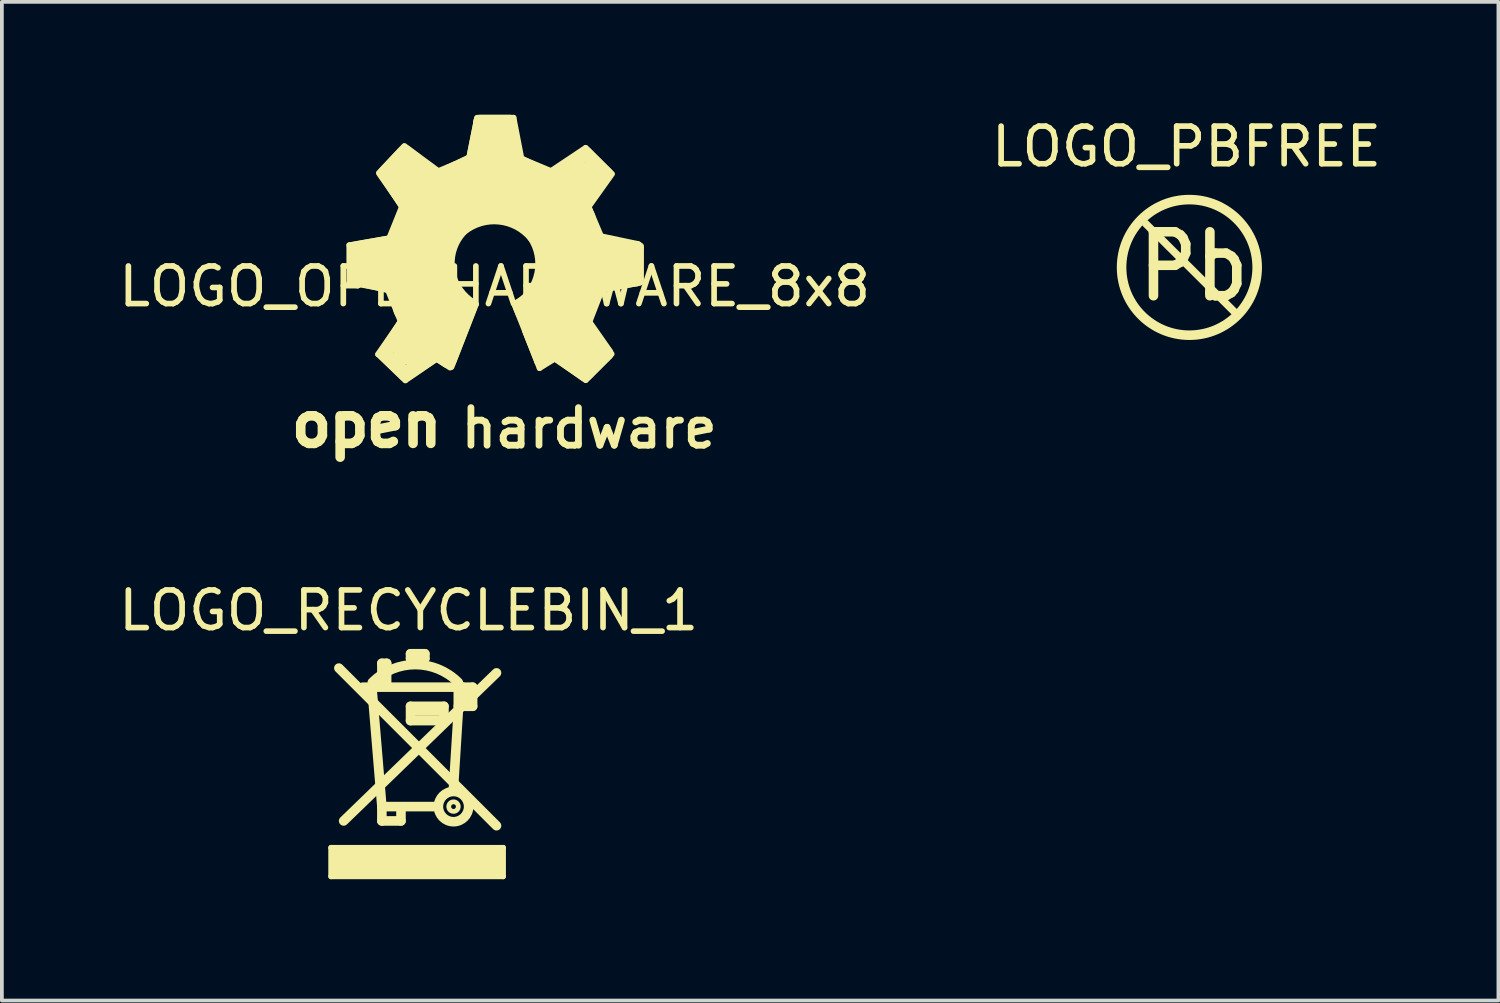
<source format=kicad_pcb>
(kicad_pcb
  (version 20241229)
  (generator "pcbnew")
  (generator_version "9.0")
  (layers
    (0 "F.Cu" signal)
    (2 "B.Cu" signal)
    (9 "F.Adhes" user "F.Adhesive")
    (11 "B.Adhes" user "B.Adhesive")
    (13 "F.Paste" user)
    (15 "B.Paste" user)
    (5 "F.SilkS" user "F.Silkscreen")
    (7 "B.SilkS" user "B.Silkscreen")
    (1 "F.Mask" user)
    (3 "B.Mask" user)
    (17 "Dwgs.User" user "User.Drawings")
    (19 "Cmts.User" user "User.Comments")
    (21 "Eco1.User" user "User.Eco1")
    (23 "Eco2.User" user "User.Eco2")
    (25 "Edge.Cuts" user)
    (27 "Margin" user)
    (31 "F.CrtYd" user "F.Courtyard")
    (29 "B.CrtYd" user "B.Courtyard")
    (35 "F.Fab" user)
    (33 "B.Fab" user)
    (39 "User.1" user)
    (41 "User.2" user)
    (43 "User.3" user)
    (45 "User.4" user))
  (footprint "LOGO_RECYCLEBIN_1"
    (layer "F.Cu")
    (at 5.705 20.299)
    (property "Reference" "LOGO_RECYCLEBIN_1" (at 2.11 -7.12 0) (layer "F.SilkS") (effects (font (size 1 1) (thickness 0.15))))
    (attr through_hole)
    (fp_line (start 0.048 -0.812) (end 4.62 -0.812) (stroke (width 0.15) (type solid)) (layer "F.SilkS"))
    (fp_line (start 0.048 -0.05) (end 0.048 -0.812) (stroke (width 0.15) (type solid)) (layer "F.SilkS"))
    (fp_line (start 0.099 -0.66) (end 4.569 -0.66) (stroke (width 0.15) (type solid)) (layer "F.SilkS"))
    (fp_line (start 0.099 -0.609) (end 4.518 -0.609) (stroke (width 0.15) (type solid)) (layer "F.SilkS"))
    (fp_line (start 0.099 -0.456) (end 4.569 -0.456) (stroke (width 0.15) (type solid)) (layer "F.SilkS"))
    (fp_line (start 0.099 -0.152) (end 4.518 -0.152) (stroke (width 0.15) (type solid)) (layer "F.SilkS"))
    (fp_line (start 0.254 -5.588) (end 4.445 -1.397) (stroke (width 0.254) (type solid)) (layer "F.SilkS"))
    (fp_line (start 0.381 -1.524) (end 4.445 -5.461) (stroke (width 0.254) (type solid)) (layer "F.SilkS"))
    (fp_line (start 0.889 -5.08) (end 3.81 -5.08) (stroke (width 0.254) (type solid)) (layer "F.SilkS"))
    (fp_line (start 1.397 -5.715) (end 1.524 -5.715) (stroke (width 0.254) (type solid)) (layer "F.SilkS"))
    (fp_line (start 1.397 -5.207) (end 1.397 -5.715) (stroke (width 0.254) (type solid)) (layer "F.SilkS"))
    (fp_line (start 1.397 -1.905) (end 1.143 -4.953) (stroke (width 0.254) (type solid)) (layer "F.SilkS"))
    (fp_line (start 1.397 -1.905) (end 1.397 -1.524) (stroke (width 0.254) (type solid)) (layer "F.SilkS"))
    (fp_line (start 1.397 -1.905) (end 2.794 -1.905) (stroke (width 0.254) (type solid)) (layer "F.SilkS"))
    (fp_line (start 1.397 -1.524) (end 1.905 -1.524) (stroke (width 0.254) (type solid)) (layer "F.SilkS"))
    (fp_line (start 1.524 -5.715) (end 1.524 -5.207) (stroke (width 0.254) (type solid)) (layer "F.SilkS"))
    (fp_line (start 1.905 -1.524) (end 1.905 -1.778) (stroke (width 0.254) (type solid)) (layer "F.SilkS"))
    (fp_line (start 2.159 -5.969) (end 2.159 -5.842) (stroke (width 0.254) (type solid)) (layer "F.SilkS"))
    (fp_line (start 2.159 -5.842) (end 2.54 -5.842) (stroke (width 0.254) (type solid)) (layer "F.SilkS"))
    (fp_line (start 2.159 -4.572) (end 3.048 -4.572) (stroke (width 0.254) (type solid)) (layer "F.SilkS"))
    (fp_line (start 2.159 -4.191) (end 2.159 -4.572) (stroke (width 0.254) (type solid)) (layer "F.SilkS"))
    (fp_line (start 2.286 -4.445) (end 2.921 -4.445) (stroke (width 0.254) (type solid)) (layer "F.SilkS"))
    (fp_line (start 2.54 -5.969) (end 2.159 -5.969) (stroke (width 0.254) (type solid)) (layer "F.SilkS"))
    (fp_line (start 2.54 -5.842) (end 2.54 -5.969) (stroke (width 0.254) (type solid)) (layer "F.SilkS"))
    (fp_line (start 3.048 -4.572) (end 3.048 -4.191) (stroke (width 0.254) (type solid)) (layer "F.SilkS"))
    (fp_line (start 3.048 -4.191) (end 2.159 -4.191) (stroke (width 0.254) (type solid)) (layer "F.SilkS"))
    (fp_line (start 3.302 -2.413) (end 3.429 -4.445) (stroke (width 0.254) (type solid)) (layer "F.SilkS"))
    (fp_line (start 3.429 -5.08) (end 3.429 -4.572) (stroke (width 0.254) (type solid)) (layer "F.SilkS"))
    (fp_line (start 3.429 -4.572) (end 3.81 -4.572) (stroke (width 0.254) (type solid)) (layer "F.SilkS"))
    (fp_line (start 3.556 -5.08) (end 3.683 -4.699) (stroke (width 0.254) (type solid)) (layer "F.SilkS"))
    (fp_line (start 3.556 -4.953) (end 3.556 -4.826) (stroke (width 0.254) (type solid)) (layer "F.SilkS"))
    (fp_line (start 3.556 -4.953) (end 3.556 -4.826) (stroke (width 0.254) (type solid)) (layer "F.SilkS"))
    (fp_line (start 3.556 -4.953) (end 3.683 -4.953) (stroke (width 0.254) (type solid)) (layer "F.SilkS"))
    (fp_line (start 3.556 -4.572) (end 3.556 -4.953) (stroke (width 0.254) (type solid)) (layer "F.SilkS"))
    (fp_line (start 3.683 -4.953) (end 3.683 -4.572) (stroke (width 0.254) (type solid)) (layer "F.SilkS"))
    (fp_line (start 3.81 -4.572) (end 3.81 -5.08) (stroke (width 0.254) (type solid)) (layer "F.SilkS"))
    (fp_line (start 4.518 -0.253) (end 0.15 -0.253) (stroke (width 0.15) (type solid)) (layer "F.SilkS"))
    (fp_line (start 4.569 -0.761) (end 0.15 -0.761) (stroke (width 0.15) (type solid)) (layer "F.SilkS"))
    (fp_line (start 4.569 -0.507) (end 0.15 -0.507) (stroke (width 0.15) (type solid)) (layer "F.SilkS"))
    (fp_line (start 4.569 -0.355) (end 0.15 -0.355) (stroke (width 0.15) (type solid)) (layer "F.SilkS"))
    (fp_line (start 4.62 -0.812) (end 4.62 -0.05) (stroke (width 0.15) (type solid)) (layer "F.SilkS"))
    (fp_line (start 4.62 -0.05) (end 0.048 -0.05) (stroke (width 0.15) (type solid)) (layer "F.SilkS"))
    (fp_arc (start 1.143 -5.207) (mid 2.286 -5.680446) (end 3.429 -5.207) (stroke (width 0.254) (type solid)) (layer "F.SilkS"))
    (fp_circle (center 3.302 -1.905) (end 3.429 -1.905) (stroke (width 0.127) (type solid)) (fill no) (layer "F.SilkS"))
    (fp_circle (center 3.302 -1.905) (end 3.683 -2.032) (stroke (width 0.254) (type solid)) (fill no) (layer "F.SilkS")))
  (footprint "LOGO_OPENHARDWARE_8x8"
    (layer "F.Cu")
    (at 10.101 4.066)
    (property "Reference" "LOGO_OPENHARDWARE_8x8" (at 0 0.5 0) (layer "F.SilkS") (effects (font (size 1 1) (thickness 0.15))))
    (attr through_hole)
    (fp_line (start -3.868 -0.599) (end -2.697 -0.803) (stroke (width 0.15) (type solid)) (layer "F.SilkS"))
    (fp_line (start -3.866 -0.597) (end -3.866 0.389) (stroke (width 0.15) (type solid)) (layer "F.SilkS"))
    (fp_line (start -3.866 0.396) (end -2.794 0.592) (stroke (width 0.15) (type solid)) (layer "F.SilkS"))
    (fp_line (start -3.729 -0.505) (end -2.71 -0.686) (stroke (width 0.37) (type solid)) (layer "F.SilkS"))
    (fp_line (start -3.726 0.284) (end -2.776 0.503) (stroke (width 0.37) (type solid)) (layer "F.SilkS"))
    (fp_line (start -3.716 -0.493) (end -3.721 0.295) (stroke (width 0.38) (type solid)) (layer "F.SilkS"))
    (fp_line (start -3.716 -0.353) (end -2.601 -0.599) (stroke (width 0.15) (type solid)) (layer "F.SilkS"))
    (fp_line (start -3.574 -0.409) (end -3.574 0.241) (stroke (width 0.15) (type solid)) (layer "F.SilkS"))
    (fp_line (start -3.259 -0.112) (end -1.841 -0.173) (stroke (width 1) (type solid)) (layer "F.SilkS"))
    (fp_line (start -3.104 2.304) (end -2.507 1.44) (stroke (width 0.15) (type solid)) (layer "F.SilkS"))
    (fp_line (start -3.081 -2.517) (end -2.408 -3.231) (stroke (width 0.15) (type solid)) (layer "F.SilkS"))
    (fp_line (start -3.061 -2.482) (end -2.466 -1.628) (stroke (width 0.15) (type solid)) (layer "F.SilkS"))
    (fp_line (start -2.939 2.286) (end -2.375 2.824) (stroke (width 0.38) (type solid)) (layer "F.SilkS"))
    (fp_line (start -2.924 2.286) (end -2.39 1.453) (stroke (width 0.37) (type solid)) (layer "F.SilkS"))
    (fp_line (start -2.918 -2.512) (end -2.418 -3.045) (stroke (width 0.38) (type solid)) (layer "F.SilkS"))
    (fp_line (start -2.908 -2.489) (end -2.352 -1.638) (stroke (width 0.37) (type solid)) (layer "F.SilkS"))
    (fp_line (start -2.799 -0.798) (end -2.464 -1.631) (stroke (width 0.15) (type solid)) (layer "F.SilkS"))
    (fp_line (start -2.748 0.526) (end -2.39 1.41) (stroke (width 0.37) (type solid)) (layer "F.SilkS"))
    (fp_line (start -2.68 -0.721) (end -2.332 -1.587) (stroke (width 0.37) (type solid)) (layer "F.SilkS"))
    (fp_line (start -2.461 0.376) (end -1.755 0.249) (stroke (width 1) (type solid)) (layer "F.SilkS"))
    (fp_line (start -2.426 -2.969) (end -1.542 -2.248) (stroke (width 0.15) (type solid)) (layer "F.SilkS"))
    (fp_line (start -2.395 -3.233) (end -1.425 -2.517) (stroke (width 0.15) (type solid)) (layer "F.SilkS"))
    (fp_line (start -2.375 3) (end -3.096 2.306) (stroke (width 0.15) (type solid)) (layer "F.SilkS"))
    (fp_line (start -2.37 -3.071) (end -1.542 -2.418) (stroke (width 0.37) (type solid)) (layer "F.SilkS"))
    (fp_line (start -2.362 2.824) (end -1.582 2.294) (stroke (width 0.4) (type solid)) (layer "F.SilkS"))
    (fp_line (start -2.273 -2.398) (end -1.212 -1.29) (stroke (width 1) (type solid)) (layer "F.SilkS"))
    (fp_line (start -2.223 2.093) (end -1.369 1.072) (stroke (width 1) (type solid)) (layer "F.SilkS"))
    (fp_line (start -2.212 1.021) (end -1.648 0.541) (stroke (width 1) (type solid)) (layer "F.SilkS"))
    (fp_line (start -2.187 -1.621) (end -2.573 -0.622) (stroke (width 0.15) (type solid)) (layer "F.SilkS"))
    (fp_line (start -2.182 -1.615) (end -2.784 -2.525) (stroke (width 0.15) (type solid)) (layer "F.SilkS"))
    (fp_line (start -2.136 -0.869) (end -1.694 -0.709) (stroke (width 1) (type solid)) (layer "F.SilkS"))
    (fp_line (start -1.961 -1.349) (end -1.504 -1.059) (stroke (width 1) (type solid)) (layer "F.SilkS"))
    (fp_line (start -1.572 2.276) (end -1.255 2.482) (stroke (width 0.37) (type solid)) (layer "F.SilkS"))
    (fp_line (start -1.547 1.92) (end -1.181 1.158) (stroke (width 1) (type solid)) (layer "F.SilkS"))
    (fp_line (start -1.542 2.428) (end -2.367 2.992) (stroke (width 0.15) (type solid)) (layer "F.SilkS"))
    (fp_line (start -1.537 -2.25) (end -0.554 -2.743) (stroke (width 0.15) (type solid)) (layer "F.SilkS"))
    (fp_line (start -1.529 2.438) (end -1.184 2.659) (stroke (width 0.15) (type solid)) (layer "F.SilkS"))
    (fp_line (start -1.481 -2.428) (end -0.635 -2.835) (stroke (width 0.37) (type solid)) (layer "F.SilkS"))
    (fp_line (start -1.46 -2.586) (end -0.556 -2.964) (stroke (width 0.15) (type solid)) (layer "F.SilkS"))
    (fp_line (start -1.45 -0.391) (end -1.318 0.432) (stroke (width 0.15) (type solid)) (layer "F.SilkS"))
    (fp_line (start -1.313 0.462) (end -1.219 0.632) (stroke (width 0.15) (type solid)) (layer "F.SilkS"))
    (fp_line (start -1.313 0.462) (end -1.219 0.632) (stroke (width 0.15) (type solid)) (layer "F.SilkS"))
    (fp_line (start -1.227 2.461) (end -0.676 1.039) (stroke (width 0.42) (type solid)) (layer "F.SilkS"))
    (fp_line (start -1.206 0.663) (end -0.899 0.93) (stroke (width 0.15) (type solid)) (layer "F.SilkS"))
    (fp_line (start -1.146 2.642) (end -0.495 0.973) (stroke (width 0.15) (type solid)) (layer "F.SilkS"))
    (fp_line (start -1.09 0.683) (end -0.831 1.021) (stroke (width 0.15) (type solid)) (layer "F.SilkS"))
    (fp_line (start -1.026 -1.128) (end -1.445 -0.396) (stroke (width 0.15) (type solid)) (layer "F.SilkS"))
    (fp_line (start -0.963 -2.126) (end -0.787 -1.768) (stroke (width 1) (type solid)) (layer "F.SilkS"))
    (fp_line (start -0.721 0.798) (end -0.495 0.973) (stroke (width 0.15) (type solid)) (layer "F.SilkS"))
    (fp_line (start -0.528 -2.385) (end -0.361 -1.775) (stroke (width 1) (type solid)) (layer "F.SilkS"))
    (fp_line (start -0.472 -3.98) (end -0.673 -2.954) (stroke (width 0.15) (type solid)) (layer "F.SilkS"))
    (fp_line (start -0.462 -3.988) (end 0.503 -3.988) (stroke (width 0.15) (type solid)) (layer "F.SilkS"))
    (fp_line (start -0.384 -3.881) (end 0.401 -3.881) (stroke (width 0.37) (type solid)) (layer "F.SilkS"))
    (fp_line (start -0.376 -3.868) (end -0.582 -2.855) (stroke (width 0.37) (type solid)) (layer "F.SilkS"))
    (fp_line (start -0.155 -1.557) (end -1.026 -1.128) (stroke (width 0.15) (type solid)) (layer "F.SilkS"))
    (fp_line (start -0.013 -3.373) (end -0.008 -1.859) (stroke (width 1) (type solid)) (layer "F.SilkS"))
    (fp_line (start 0.384 -3.861) (end 0.597 -2.842) (stroke (width 0.37) (type solid)) (layer "F.SilkS"))
    (fp_line (start 0.503 -3.988) (end 0.729 -2.817) (stroke (width 0.15) (type solid)) (layer "F.SilkS"))
    (fp_line (start 0.597 -2.842) (end 1.499 -2.393) (stroke (width 0.37) (type solid)) (layer "F.SilkS"))
    (fp_line (start 0.643 1.255) (end 0.521 0.97) (stroke (width 0.15) (type solid)) (layer "F.SilkS"))
    (fp_line (start 0.66 -1.389) (end -0.155 -1.549) (stroke (width 0.15) (type solid)) (layer "F.SilkS"))
    (fp_line (start 0.719 -2.898) (end 1.524 -2.56) (stroke (width 0.15) (type solid)) (layer "F.SilkS"))
    (fp_line (start 0.737 -2.37) (end 0.516 -1.684) (stroke (width 1) (type solid)) (layer "F.SilkS"))
    (fp_line (start 0.78 0.8) (end 0.526 0.965) (stroke (width 0.15) (type solid)) (layer "F.SilkS"))
    (fp_line (start 0.803 0.993) (end 1.331 2.375) (stroke (width 0.15) (type solid)) (layer "F.SilkS"))
    (fp_line (start 0.846 1.052) (end 1.024 0.93) (stroke (width 0.15) (type solid)) (layer "F.SilkS"))
    (fp_line (start 1.024 0.93) (end 1.4 0.218) (stroke (width 0.15) (type solid)) (layer "F.SilkS"))
    (fp_line (start 1.163 1.067) (end 1.496 1.798) (stroke (width 1) (type solid)) (layer "F.SilkS"))
    (fp_line (start 1.163 1.158) (end 2.344 2.172) (stroke (width 1) (type solid)) (layer "F.SilkS"))
    (fp_line (start 1.171 -0.96) (end 0.66 -1.389) (stroke (width 0.15) (type solid)) (layer "F.SilkS"))
    (fp_line (start 1.194 2.672) (end 0.808 1.692) (stroke (width 0.15) (type solid)) (layer "F.SilkS"))
    (fp_line (start 1.232 2.459) (end 0.658 1.019) (stroke (width 0.37) (type solid)) (layer "F.SilkS"))
    (fp_line (start 1.278 1.021) (end 1.895 1.349) (stroke (width 1) (type solid)) (layer "F.SilkS"))
    (fp_line (start 1.323 -2.118) (end 0.904 -1.532) (stroke (width 1) (type solid)) (layer "F.SilkS"))
    (fp_line (start 1.4 0.218) (end 1.4 -0.3) (stroke (width 0.15) (type solid)) (layer "F.SilkS"))
    (fp_line (start 1.405 -2.512) (end 2.416 -3.185) (stroke (width 0.15) (type solid)) (layer "F.SilkS"))
    (fp_line (start 1.405 -0.287) (end 1.171 -0.96) (stroke (width 0.15) (type solid)) (layer "F.SilkS"))
    (fp_line (start 1.511 -2.398) (end 2.416 -3.032) (stroke (width 0.37) (type solid)) (layer "F.SilkS"))
    (fp_line (start 1.542 2.372) (end 2.418 2.992) (stroke (width 0.15) (type solid)) (layer "F.SilkS"))
    (fp_line (start 1.57 2.273) (end 1.232 2.459) (stroke (width 0.37) (type solid)) (layer "F.SilkS"))
    (fp_line (start 1.598 0.602) (end 2.207 0.709) (stroke (width 1) (type solid)) (layer "F.SilkS"))
    (fp_line (start 1.722 2.344) (end 1.194 2.672) (stroke (width 0.15) (type solid)) (layer "F.SilkS"))
    (fp_line (start 2.192 -1.25) (end 1.537 -0.884) (stroke (width 1) (type solid)) (layer "F.SilkS"))
    (fp_line (start 2.253 -2.316) (end 1.14 -1.25) (stroke (width 1) (type solid)) (layer "F.SilkS"))
    (fp_line (start 2.352 -1.692) (end 2.692 -0.754) (stroke (width 0.37) (type solid)) (layer "F.SilkS"))
    (fp_line (start 2.355 1.392) (end 2.974 2.278) (stroke (width 0.37) (type solid)) (layer "F.SilkS"))
    (fp_line (start 2.405 2.677) (end 1.585 2.149) (stroke (width 0.15) (type solid)) (layer "F.SilkS"))
    (fp_line (start 2.405 2.84) (end 1.57 2.273) (stroke (width 0.37) (type solid)) (layer "F.SilkS"))
    (fp_line (start 2.416 -3.03) (end 2.969 -2.484) (stroke (width 0.37) (type solid)) (layer "F.SilkS"))
    (fp_line (start 2.421 -3.188) (end 3.114 -2.497) (stroke (width 0.15) (type solid)) (layer "F.SilkS"))
    (fp_line (start 2.421 2.832) (end 2.974 2.286) (stroke (width 0.37) (type solid)) (layer "F.SilkS"))
    (fp_line (start 2.428 2.987) (end 3.111 2.296) (stroke (width 0.15) (type solid)) (layer "F.SilkS"))
    (fp_line (start 2.433 -0.556) (end 1.712 -0.409) (stroke (width 1) (type solid)) (layer "F.SilkS"))
    (fp_line (start 2.504 -1.608) (end 2.87 -0.739) (stroke (width 0.15) (type solid)) (layer "F.SilkS"))
    (fp_line (start 2.692 -0.754) (end 3.774 -0.526) (stroke (width 0.37) (type solid)) (layer "F.SilkS"))
    (fp_line (start 2.753 0.61) (end 3.876 0.399) (stroke (width 0.15) (type solid)) (layer "F.SilkS"))
    (fp_line (start 2.761 0.48) (end 2.355 1.392) (stroke (width 0.37) (type solid)) (layer "F.SilkS"))
    (fp_line (start 2.824 2.212) (end 2.339 2.743) (stroke (width 0.15) (type solid)) (layer "F.SilkS"))
    (fp_line (start 2.857 0.577) (end 2.477 1.557) (stroke (width 0.15) (type solid)) (layer "F.SilkS"))
    (fp_line (start 2.969 -2.482) (end 2.352 -1.692) (stroke (width 0.37) (type solid)) (layer "F.SilkS"))
    (fp_line (start 3.119 -2.489) (end 2.416 -1.499) (stroke (width 0.15) (type solid)) (layer "F.SilkS"))
    (fp_line (start 3.244 -0.132) (end 1.775 -0.046) (stroke (width 1) (type solid)) (layer "F.SilkS"))
    (fp_line (start 3.774 -0.526) (end 3.774 0.31) (stroke (width 0.37) (type solid)) (layer "F.SilkS"))
    (fp_line (start 3.774 0.31) (end 2.761 0.48) (stroke (width 0.37) (type solid)) (layer "F.SilkS"))
    (fp_line (start 3.807 0.163) (end 2.7 0.386) (stroke (width 0.15) (type solid)) (layer "F.SilkS"))
    (fp_line (start 3.891 -0.579) (end 3.889 0.378) (stroke (width 0.15) (type solid)) (layer "F.SilkS"))
    (fp_arc (start -0.8763 -1.03124) (mid 0.127392 -1.330927) (end 1.04902 -0.83312) (stroke (width 0.37) (type solid)) (layer "F.SilkS"))
    (fp_arc (start -0.8255 0.84836) (mid -1.247617 -0.062958) (end -0.9017 -1.00584) (stroke (width 0.37) (type solid)) (layer "F.SilkS"))
    (fp_arc (start 1.03886 -0.84836) (mid 1.239562 0.160623) (end 0.66802 1.016) (stroke (width 0.37) (type solid)) (layer "F.SilkS"))
    (fp_text user "hardware" (at 2.512 4.267 0) (layer "F.SilkS") (effects (font (size 1 1) (thickness 0.18))))
    (fp_text user "open" (at -3.401 4.176 0) (layer "F.SilkS") (effects (font (size 1.1 1.1) (thickness 0.254)))))
  (footprint "LOGO_PBFREE"
    (layer "F.Cu")
    (at 28.773 4.374)
    (property "Reference" "LOGO_PBFREE" (at -0.279 -3.526 0) (layer "F.SilkS") (effects (font (size 1 1) (thickness 0.15))))
    (attr through_hole)
    (fp_line (start -1.364 -1.478) (end 1.069 0.942) (stroke (width 0.2) (type solid)) (layer "F.SilkS"))
    (fp_circle (center -0.203 -0.315) (end 0.907 -1.735) (stroke (width 0.254) (type solid)) (fill no) (layer "F.SilkS"))
    (fp_text user "Pb" (at -0.086 -0.335 0) (layer "F.SilkS") (effects (font (size 1.7 1.5) (thickness 0.254)))))
  (gr_rect
    (start -3 -3)
    (end 36.786 23.549)
    (stroke (width 0.1) (type default))
    (fill no)
    (layer "Edge.Cuts")))
</source>
